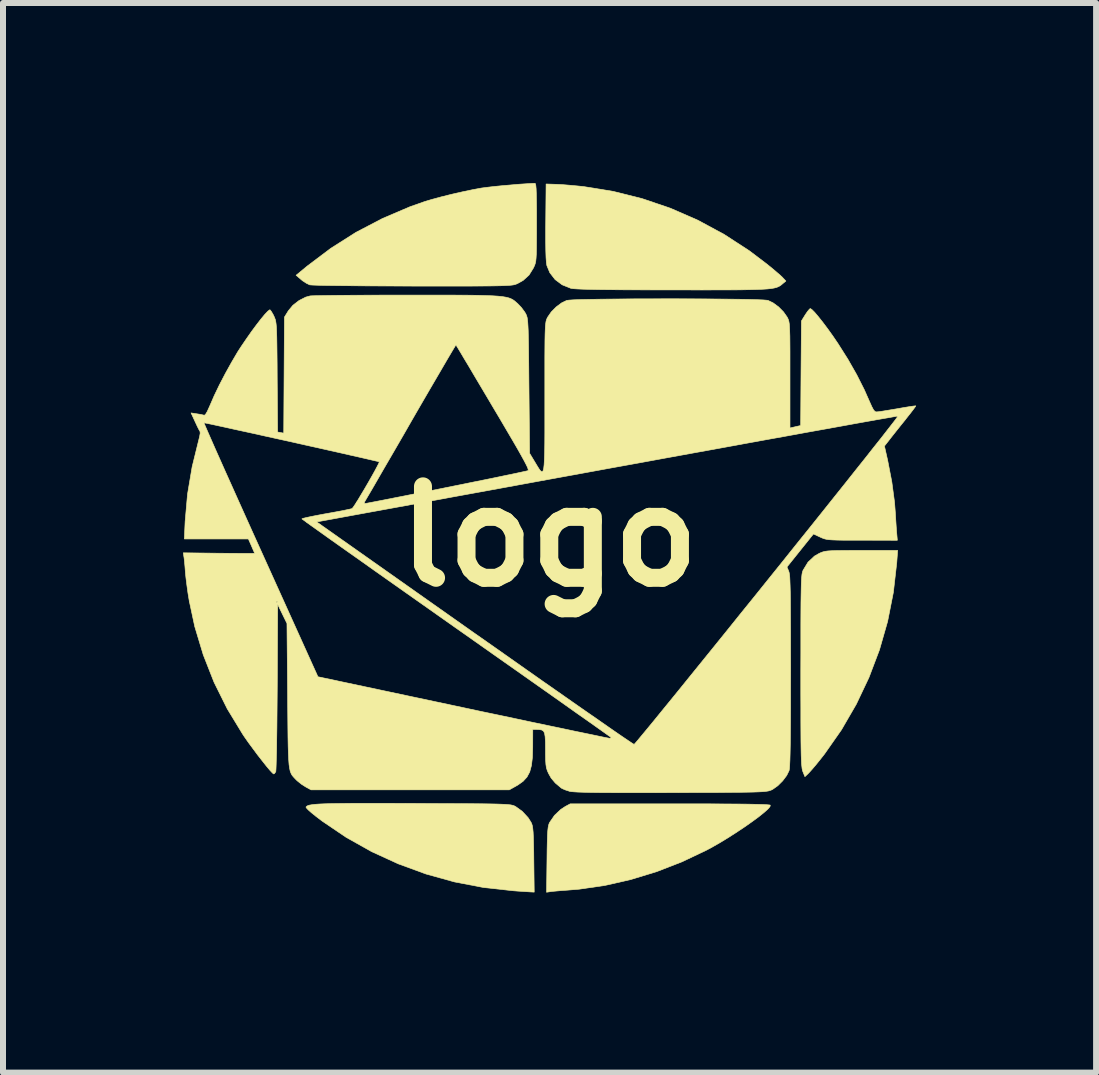
<source format=kicad_pcb>
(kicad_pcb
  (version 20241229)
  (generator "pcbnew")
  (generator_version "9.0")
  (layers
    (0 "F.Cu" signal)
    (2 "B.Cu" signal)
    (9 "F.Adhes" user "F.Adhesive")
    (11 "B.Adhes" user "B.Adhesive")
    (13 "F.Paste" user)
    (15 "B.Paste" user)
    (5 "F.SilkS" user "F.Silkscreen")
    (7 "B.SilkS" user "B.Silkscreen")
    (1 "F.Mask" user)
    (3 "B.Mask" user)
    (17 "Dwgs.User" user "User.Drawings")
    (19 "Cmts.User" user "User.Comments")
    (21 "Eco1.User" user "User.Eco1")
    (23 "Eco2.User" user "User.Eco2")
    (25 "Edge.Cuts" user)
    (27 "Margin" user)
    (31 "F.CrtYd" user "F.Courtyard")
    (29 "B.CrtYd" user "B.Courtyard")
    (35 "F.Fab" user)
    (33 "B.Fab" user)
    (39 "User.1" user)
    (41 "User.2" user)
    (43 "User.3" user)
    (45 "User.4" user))
  (footprint "logo"
    (layer "F.Cu")
    (at 6.103 5.889)
    (property "Reference" "logo" (at 0 0 0) (layer "F.SilkS") (effects (font (size 1.524 1.524) (thickness 0.3))))
    (attr through_hole)
    (fp_poly (pts (xy 2.344 4.456) (xy 2.643 4.456) (xy 2.901 4.458) (xy 3.12 4.459) (xy 3.302 4.461) (xy 3.447 4.464) (xy 3.556 4.467) (xy 3.631 4.471) (xy 3.673 4.475) (xy 3.683 4.478) (xy 3.678 4.502) (xy 3.642 4.544) (xy 3.578 4.601) (xy 3.491 4.671) (xy 3.385 4.749) (xy 3.265 4.834) (xy 3.134 4.921) (xy 2.998 5.009) (xy 2.861 5.093) (xy 2.727 5.17) (xy 2.624 5.226) (xy 2.216 5.42) (xy 1.792 5.585) (xy 1.36 5.717) (xy 0.926 5.816) (xy 0.499 5.878) (xy 0.305 5.894) (xy 0.206 5.901) (xy 0.116 5.909) (xy 0.048 5.915) (xy 0.025 5.918) (xy -0.045 5.929) (xy -0.038 5.383) (xy -0.036 5.213) (xy -0.033 5.081) (xy -0.03 4.98) (xy -0.025 4.904) (xy -0.019 4.85) (xy -0.011 4.81) (xy -0.001 4.78) (xy 0.008 4.763) (xy 0.087 4.648) (xy 0.191 4.55) (xy 0.265 4.501) (xy 0.349 4.456) (xy 2.004 4.456) (xy 2.344 4.456)) (stroke (width 0.01) (type solid)) (fill yes) (layer "F.SilkS"))
    (fp_poly (pts (xy 0.127 -5.867) (xy 0.223 -5.862) (xy 0.344 -5.852) (xy 0.474 -5.84) (xy 0.572 -5.83) (xy 1.065 -5.75) (xy 1.548 -5.629) (xy 2.019 -5.469) (xy 2.475 -5.27) (xy 2.914 -5.033) (xy 3.334 -4.76) (xy 3.619 -4.544) (xy 3.707 -4.473) (xy 3.786 -4.406) (xy 3.85 -4.351) (xy 3.889 -4.314) (xy 3.892 -4.31) (xy 3.943 -4.256) (xy 3.892 -4.214) (xy 3.869 -4.194) (xy 3.846 -4.177) (xy 3.82 -4.163) (xy 3.789 -4.15) (xy 3.75 -4.14) (xy 3.699 -4.131) (xy 3.635 -4.124) (xy 3.554 -4.119) (xy 3.452 -4.115) (xy 3.328 -4.112) (xy 3.178 -4.109) (xy 2.999 -4.108) (xy 2.788 -4.108) (xy 2.543 -4.107) (xy 2.261 -4.108) (xy 2.055 -4.108) (xy 1.731 -4.108) (xy 1.448 -4.109) (xy 1.202 -4.11) (xy 0.993 -4.112) (xy 0.817 -4.114) (xy 0.673 -4.117) (xy 0.558 -4.12) (xy 0.471 -4.124) (xy 0.408 -4.128) (xy 0.369 -4.133) (xy 0.359 -4.135) (xy 0.215 -4.193) (xy 0.097 -4.281) (xy 0.009 -4.395) (xy -0.04 -4.513) (xy -0.048 -4.563) (xy -0.054 -4.646) (xy -0.058 -4.764) (xy -0.06 -4.92) (xy -0.06 -5.114) (xy -0.059 -5.238) (xy -0.053 -5.873) (xy 0.127 -5.867)) (stroke (width 0.01) (type solid)) (fill yes) (layer "F.SilkS"))
    (fp_poly (pts (xy 5.79 0.439) (xy 5.734 0.931) (xy 5.638 1.416) (xy 5.502 1.89) (xy 5.327 2.351) (xy 5.116 2.796) (xy 4.869 3.222) (xy 4.587 3.625) (xy 4.512 3.72) (xy 4.447 3.801) (xy 4.385 3.874) (xy 4.336 3.929) (xy 4.312 3.954) (xy 4.26 4.003) (xy 4.225 3.917) (xy 4.219 3.897) (xy 4.213 3.871) (xy 4.209 3.836) (xy 4.204 3.788) (xy 4.201 3.725) (xy 4.198 3.645) (xy 4.196 3.543) (xy 4.194 3.417) (xy 4.193 3.264) (xy 4.192 3.082) (xy 4.192 2.867) (xy 4.191 2.616) (xy 4.191 2.327) (xy 4.191 2.238) (xy 4.192 1.939) (xy 4.192 1.68) (xy 4.192 1.457) (xy 4.193 1.268) (xy 4.194 1.109) (xy 4.196 0.978) (xy 4.198 0.871) (xy 4.2 0.786) (xy 4.203 0.719) (xy 4.207 0.668) (xy 4.211 0.63) (xy 4.217 0.601) (xy 4.223 0.58) (xy 4.23 0.562) (xy 4.231 0.561) (xy 4.312 0.428) (xy 4.42 0.327) (xy 4.497 0.283) (xy 4.53 0.268) (xy 4.561 0.257) (xy 4.597 0.248) (xy 4.643 0.242) (xy 4.704 0.238) (xy 4.786 0.235) (xy 4.894 0.234) (xy 5.033 0.233) (xy 5.204 0.233) (xy 5.805 0.233) (xy 5.79 0.439)) (stroke (width 0.01) (type solid)) (fill yes) (layer "F.SilkS"))
    (fp_poly (pts (xy -2.866 4.448) (xy -2.593 4.448) (xy -2.28 4.449) (xy -2.254 4.449) (xy -1.955 4.451) (xy -1.696 4.452) (xy -1.473 4.453) (xy -1.283 4.454) (xy -1.124 4.455) (xy -0.992 4.457) (xy -0.885 4.459) (xy -0.8 4.462) (xy -0.733 4.465) (xy -0.683 4.469) (xy -0.645 4.473) (xy -0.616 4.479) (xy -0.595 4.485) (xy -0.578 4.492) (xy -0.562 4.501) (xy -0.561 4.501) (xy -0.45 4.581) (xy -0.353 4.686) (xy -0.304 4.763) (xy -0.292 4.789) (xy -0.282 4.822) (xy -0.275 4.867) (xy -0.269 4.928) (xy -0.265 5.011) (xy -0.262 5.123) (xy -0.259 5.268) (xy -0.258 5.382) (xy -0.251 5.927) (xy -0.311 5.924) (xy -0.356 5.921) (xy -0.432 5.916) (xy -0.527 5.91) (xy -0.603 5.904) (xy -1.095 5.85) (xy -1.58 5.757) (xy -2.055 5.625) (xy -2.516 5.456) (xy -2.961 5.252) (xy -3.385 5.014) (xy -3.785 4.743) (xy -3.89 4.663) (xy -3.961 4.606) (xy -4.016 4.557) (xy -4.049 4.522) (xy -4.054 4.51) (xy -4.044 4.498) (xy -4.026 4.487) (xy -3.999 4.478) (xy -3.959 4.471) (xy -3.903 4.464) (xy -3.83 4.459) (xy -3.737 4.455) (xy -3.62 4.452) (xy -3.477 4.45) (xy -3.306 4.448) (xy -3.103 4.448) (xy -2.866 4.448)) (stroke (width 0.01) (type solid)) (fill yes) (layer "F.SilkS"))
    (fp_poly (pts (xy -0.23 -5.875) (xy -0.224 -5.846) (xy -0.219 -5.793) (xy -0.216 -5.712) (xy -0.214 -5.6) (xy -0.212 -5.454) (xy -0.212 -5.269) (xy -0.212 -5.233) (xy -0.212 -5.05) (xy -0.213 -4.904) (xy -0.214 -4.79) (xy -0.216 -4.703) (xy -0.22 -4.637) (xy -0.225 -4.589) (xy -0.233 -4.551) (xy -0.243 -4.52) (xy -0.256 -4.491) (xy -0.262 -4.477) (xy -0.337 -4.356) (xy -0.436 -4.266) (xy -0.529 -4.214) (xy -0.548 -4.206) (xy -0.567 -4.199) (xy -0.591 -4.193) (xy -0.623 -4.188) (xy -0.664 -4.184) (xy -0.719 -4.181) (xy -0.79 -4.178) (xy -0.879 -4.176) (xy -0.991 -4.174) (xy -1.127 -4.173) (xy -1.292 -4.172) (xy -1.486 -4.172) (xy -1.715 -4.172) (xy -1.98 -4.172) (xy -2.275 -4.172) (xy -2.538 -4.173) (xy -2.789 -4.174) (xy -3.025 -4.175) (xy -3.243 -4.177) (xy -3.441 -4.179) (xy -3.613 -4.181) (xy -3.757 -4.183) (xy -3.87 -4.186) (xy -3.948 -4.189) (xy -3.988 -4.192) (xy -3.991 -4.192) (xy -4.046 -4.218) (xy -4.111 -4.26) (xy -4.137 -4.282) (xy -4.219 -4.352) (xy -4.035 -4.504) (xy -3.641 -4.801) (xy -3.222 -5.067) (xy -2.78 -5.298) (xy -2.321 -5.494) (xy -2.077 -5.58) (xy -1.95 -5.618) (xy -1.794 -5.66) (xy -1.621 -5.703) (xy -1.445 -5.743) (xy -1.278 -5.778) (xy -1.133 -5.805) (xy -1.111 -5.808) (xy -1.027 -5.819) (xy -0.914 -5.832) (xy -0.781 -5.845) (xy -0.641 -5.857) (xy -0.504 -5.869) (xy -0.38 -5.877) (xy -0.281 -5.883) (xy -0.238 -5.884) (xy -0.23 -5.875)) (stroke (width 0.01) (type solid)) (fill yes) (layer "F.SilkS"))
    (fp_poly (pts (xy -1.796 -4.021) (xy -1.566 -4.021) (xy -1.368 -4.02) (xy -1.202 -4.018) (xy -1.062 -4.014) (xy -0.947 -4.01) (xy -0.854 -4.004) (xy -0.779 -3.996) (xy -0.719 -3.986) (xy -0.672 -3.974) (xy -0.634 -3.959) (xy -0.603 -3.942) (xy -0.575 -3.922) (xy -0.548 -3.898) (xy -0.526 -3.879) (xy -0.466 -3.816) (xy -0.413 -3.745) (xy -0.395 -3.716) (xy -0.385 -3.696) (xy -0.377 -3.675) (xy -0.369 -3.649) (xy -0.364 -3.615) (xy -0.359 -3.569) (xy -0.355 -3.507) (xy -0.351 -3.426) (xy -0.349 -3.322) (xy -0.346 -3.192) (xy -0.344 -3.031) (xy -0.342 -2.837) (xy -0.34 -2.605) (xy -0.339 -2.508) (xy -0.328 -1.386) (xy -0.236 -1.233) (xy -0.203 -1.178) (xy -0.175 -1.133) (xy -0.152 -1.1) (xy -0.132 -1.081) (xy -0.116 -1.078) (xy -0.103 -1.095) (xy -0.093 -1.133) (xy -0.086 -1.195) (xy -0.081 -1.284) (xy -0.077 -1.403) (xy -0.075 -1.552) (xy -0.074 -1.736) (xy -0.074 -1.956) (xy -0.074 -2.215) (xy -0.074 -2.323) (xy -0.074 -2.583) (xy -0.074 -2.805) (xy -0.074 -2.991) (xy -0.073 -3.145) (xy -0.072 -3.27) (xy -0.07 -3.37) (xy -0.067 -3.448) (xy -0.064 -3.508) (xy -0.059 -3.552) (xy -0.054 -3.585) (xy -0.047 -3.61) (xy -0.039 -3.63) (xy -0.03 -3.649) (xy -0.027 -3.654) (xy 0.033 -3.741) (xy 0.115 -3.824) (xy 0.206 -3.892) (xy 0.291 -3.933) (xy 0.292 -3.933) (xy 0.33 -3.938) (xy 0.406 -3.943) (xy 0.516 -3.947) (xy 0.656 -3.95) (xy 0.822 -3.953) (xy 1.01 -3.955) (xy 1.215 -3.957) (xy 1.434 -3.959) (xy 1.663 -3.959) (xy 1.896 -3.96) (xy 2.132 -3.96) (xy 2.364 -3.959) (xy 2.589 -3.958) (xy 2.803 -3.956) (xy 3.002 -3.954) (xy 3.182 -3.952) (xy 3.339 -3.949) (xy 3.468 -3.945) (xy 3.565 -3.941) (xy 3.626 -3.936) (xy 3.645 -3.933) (xy 3.73 -3.892) (xy 3.821 -3.825) (xy 3.903 -3.742) (xy 3.964 -3.655) (xy 3.964 -3.654) (xy 3.976 -3.632) (xy 3.985 -3.609) (xy 3.993 -3.581) (xy 3.999 -3.544) (xy 4.003 -3.494) (xy 4.006 -3.427) (xy 4.009 -3.338) (xy 4.01 -3.224) (xy 4.011 -3.08) (xy 4.011 -2.902) (xy 4.011 -2.687) (xy 4.011 -1.807) (xy 4.1 -1.828) (xy 4.189 -1.848) (xy 4.195 -2.72) (xy 4.202 -3.591) (xy 4.265 -3.693) (xy 4.303 -3.749) (xy 4.335 -3.787) (xy 4.349 -3.798) (xy 4.375 -3.782) (xy 4.421 -3.736) (xy 4.482 -3.664) (xy 4.556 -3.571) (xy 4.638 -3.462) (xy 4.724 -3.342) (xy 4.811 -3.214) (xy 4.816 -3.206) (xy 4.976 -2.953) (xy 5.123 -2.695) (xy 5.25 -2.443) (xy 5.336 -2.249) (xy 5.375 -2.162) (xy 5.404 -2.108) (xy 5.429 -2.081) (xy 5.451 -2.075) (xy 5.487 -2.078) (xy 5.556 -2.088) (xy 5.648 -2.103) (xy 5.756 -2.121) (xy 5.798 -2.128) (xy 5.905 -2.147) (xy 5.997 -2.162) (xy 6.065 -2.172) (xy 6.102 -2.176) (xy 6.107 -2.176) (xy 6.097 -2.158) (xy 6.065 -2.114) (xy 6.015 -2.049) (xy 5.952 -1.97) (xy 5.935 -1.947) (xy 5.859 -1.853) (xy 5.784 -1.759) (xy 5.719 -1.677) (xy 5.672 -1.617) (xy 5.671 -1.615) (xy 5.585 -1.506) (xy 5.639 -1.266) (xy 5.708 -0.909) (xy 5.753 -0.572) (xy 5.768 -0.377) (xy 5.774 -0.271) (xy 5.781 -0.166) (xy 5.787 -0.08) (xy 5.79 -0.048) (xy 5.8 0.064) (xy 5.212 0.063) (xy 5.039 0.063) (xy 4.903 0.063) (xy 4.798 0.061) (xy 4.718 0.058) (xy 4.659 0.054) (xy 4.614 0.047) (xy 4.579 0.038) (xy 4.547 0.026) (xy 4.514 0.011) (xy 4.402 -0.041) (xy 3.961 0.509) (xy 3.991 0.582) (xy 3.997 0.602) (xy 4.002 0.632) (xy 4.007 0.676) (xy 4.01 0.737) (xy 4.013 0.817) (xy 4.016 0.919) (xy 4.018 1.047) (xy 4.019 1.201) (xy 4.02 1.387) (xy 4.021 1.605) (xy 4.021 1.86) (xy 4.022 2.154) (xy 4.022 2.235) (xy 4.021 2.56) (xy 4.021 2.844) (xy 4.02 3.089) (xy 4.018 3.298) (xy 4.016 3.473) (xy 4.013 3.615) (xy 4.01 3.727) (xy 4.006 3.81) (xy 4.002 3.866) (xy 3.997 3.898) (xy 3.997 3.9) (xy 3.956 3.984) (xy 3.889 4.073) (xy 3.808 4.154) (xy 3.723 4.214) (xy 3.699 4.226) (xy 3.68 4.233) (xy 3.658 4.24) (xy 3.63 4.245) (xy 3.592 4.25) (xy 3.542 4.254) (xy 3.477 4.257) (xy 3.394 4.26) (xy 3.289 4.262) (xy 3.16 4.264) (xy 3.004 4.265) (xy 2.818 4.267) (xy 2.599 4.267) (xy 2.344 4.268) (xy 2.049 4.269) (xy 2.021 4.269) (xy 1.707 4.27) (xy 1.432 4.27) (xy 1.194 4.27) (xy 0.991 4.269) (xy 0.82 4.268) (xy 0.68 4.266) (xy 0.566 4.263) (xy 0.477 4.26) (xy 0.411 4.256) (xy 0.365 4.252) (xy 0.335 4.247) (xy 0.335 4.246) (xy 0.267 4.224) (xy 0.212 4.2) (xy 0.197 4.19) (xy 0.1 4.108) (xy 0.031 4.026) (xy -0.013 3.948) (xy -0.034 3.9) (xy -0.048 3.854) (xy -0.056 3.8) (xy -0.061 3.727) (xy -0.063 3.628) (xy -0.063 3.551) (xy -0.064 3.426) (xy -0.069 3.336) (xy -0.079 3.277) (xy -0.098 3.242) (xy -0.129 3.224) (xy -0.174 3.218) (xy -0.21 3.217) (xy -0.275 3.217) (xy -0.276 3.508) (xy -0.281 3.68) (xy -0.297 3.816) (xy -0.326 3.924) (xy -0.372 4.01) (xy -0.436 4.08) (xy -0.523 4.142) (xy -0.556 4.161) (xy -0.667 4.223) (xy -3.969 4.223) (xy -4.059 4.174) (xy -4.131 4.128) (xy -4.199 4.073) (xy -4.215 4.058) (xy -4.243 4.029) (xy -4.266 4.004) (xy -4.287 3.978) (xy -4.303 3.948) (xy -4.317 3.912) (xy -4.327 3.864) (xy -4.336 3.803) (xy -4.342 3.723) (xy -4.347 3.623) (xy -4.351 3.498) (xy -4.354 3.345) (xy -4.356 3.16) (xy -4.358 2.94) (xy -4.36 2.682) (xy -4.36 2.656) (xy -4.371 1.45) (xy -4.526 1.132) (xy -4.533 2.508) (xy -4.535 2.747) (xy -4.537 2.973) (xy -4.539 3.184) (xy -4.542 3.375) (xy -4.544 3.544) (xy -4.548 3.686) (xy -4.551 3.798) (xy -4.554 3.876) (xy -4.557 3.916) (xy -4.558 3.921) (xy -4.58 3.952) (xy -4.592 3.958) (xy -4.613 3.942) (xy -4.655 3.897) (xy -4.713 3.828) (xy -4.781 3.742) (xy -4.857 3.645) (xy -4.935 3.54) (xy -5.012 3.436) (xy -5.082 3.336) (xy -5.111 3.292) (xy -5.367 2.871) (xy -5.586 2.43) (xy -5.766 1.972) (xy -5.908 1.501) (xy -5.996 1.09) (xy -4.551 1.09) (xy -4.54 1.101) (xy -4.53 1.09) (xy -4.54 1.079) (xy -4.551 1.09) (xy -5.996 1.09) (xy -6 1.07) (xy -6.021 0.943) (xy -6.039 0.813) (xy -6.054 0.693) (xy -6.064 0.599) (xy -6.064 0.593) (xy -6.071 0.5) (xy -6.079 0.415) (xy -6.086 0.353) (xy -6.088 0.343) (xy -6.098 0.273) (xy -5.504 0.28) (xy -5.351 0.281) (xy -5.212 0.282) (xy -5.093 0.283) (xy -5 0.283) (xy -4.937 0.282) (xy -4.911 0.281) (xy -4.911 0.281) (xy -4.918 0.261) (xy -4.939 0.213) (xy -4.962 0.159) (xy -5.014 0.042) (xy -6.081 0.042) (xy -6.068 -0.249) (xy -6.028 -0.705) (xy -5.951 -1.161) (xy -5.845 -1.591) (xy -5.827 -1.663) (xy -5.817 -1.72) (xy -5.82 -1.749) (xy -5.82 -1.749) (xy -5.836 -1.776) (xy -5.864 -1.831) (xy -5.893 -1.894) (xy -5.754 -1.894) (xy -5.747 -1.874) (xy -5.723 -1.818) (xy -5.684 -1.728) (xy -5.631 -1.607) (xy -5.565 -1.457) (xy -5.487 -1.282) (xy -5.398 -1.082) (xy -5.299 -0.862) (xy -5.192 -0.623) (xy -5.077 -0.367) (xy -4.956 -0.098) (xy -4.829 0.183) (xy -4.809 0.227) (xy -3.855 2.338) (xy -1.446 2.85) (xy -1.133 2.917) (xy -0.831 2.98) (xy -0.543 3.041) (xy -0.271 3.099) (xy -0.018 3.152) (xy 0.213 3.2) (xy 0.419 3.244) (xy 0.599 3.281) (xy 0.749 3.312) (xy 0.867 3.337) (xy 0.95 3.354) (xy 0.996 3.362) (xy 1.004 3.364) (xy 1.03 3.358) (xy 1.026 3.346) (xy 1.006 3.332) (xy 0.954 3.295) (xy 0.871 3.236) (xy 0.76 3.157) (xy 0.621 3.059) (xy 0.457 2.944) (xy 0.271 2.812) (xy 0.063 2.665) (xy -0.164 2.505) (xy -0.408 2.333) (xy -0.668 2.15) (xy -0.941 1.958) (xy -1.226 1.757) (xy -1.52 1.55) (xy -1.556 1.525) (xy -1.851 1.317) (xy -2.136 1.116) (xy -2.41 0.923) (xy -2.671 0.739) (xy -2.916 0.566) (xy -3.144 0.404) (xy -3.354 0.256) (xy -3.542 0.123) (xy -3.707 0.006) (xy -3.847 -0.094) (xy -3.961 -0.175) (xy -4.046 -0.236) (xy -4.053 -0.242) (xy -3.876 -0.242) (xy -1.245 1.614) (xy -0.945 1.824) (xy -0.655 2.028) (xy -0.377 2.224) (xy -0.111 2.411) (xy 0.14 2.586) (xy 0.374 2.75) (xy 0.589 2.9) (xy 0.784 3.035) (xy 0.956 3.155) (xy 1.103 3.257) (xy 1.224 3.34) (xy 1.317 3.403) (xy 1.38 3.445) (xy 1.411 3.464) (xy 1.414 3.465) (xy 1.43 3.448) (xy 1.471 3.4) (xy 1.535 3.323) (xy 1.623 3.217) (xy 1.731 3.086) (xy 1.858 2.93) (xy 2.004 2.751) (xy 2.166 2.552) (xy 2.343 2.333) (xy 2.535 2.096) (xy 2.739 1.844) (xy 2.954 1.578) (xy 3.178 1.299) (xy 3.412 1.01) (xy 3.637 0.73) (xy 3.876 0.433) (xy 4.107 0.144) (xy 4.33 -0.133) (xy 4.542 -0.398) (xy 4.743 -0.65) (xy 4.931 -0.885) (xy 5.104 -1.103) (xy 5.262 -1.301) (xy 5.402 -1.479) (xy 5.525 -1.633) (xy 5.627 -1.764) (xy 5.708 -1.868) (xy 5.767 -1.944) (xy 5.801 -1.991) (xy 5.811 -2.006) (xy 5.788 -2.003) (xy 5.726 -1.992) (xy 5.624 -1.974) (xy 5.486 -1.95) (xy 5.312 -1.919) (xy 5.105 -1.882) (xy 4.864 -1.838) (xy 4.593 -1.789) (xy 4.292 -1.735) (xy 3.964 -1.675) (xy 3.609 -1.611) (xy 3.23 -1.542) (xy 2.827 -1.468) (xy 2.402 -1.391) (xy 1.957 -1.31) (xy 1.494 -1.225) (xy 1.013 -1.138) (xy 0.517 -1.047) (xy 0.007 -0.954) (xy -0.516 -0.858) (xy -1.05 -0.76) (xy -1.594 -0.661) (xy -2.145 -0.559) (xy -2.703 -0.457) (xy -3.266 -0.354) (xy -3.446 -0.321) (xy -3.876 -0.242) (xy -4.053 -0.242) (xy -4.1 -0.276) (xy -4.122 -0.292) (xy -4.122 -0.293) (xy -4.104 -0.301) (xy -4.051 -0.314) (xy -3.968 -0.332) (xy -3.861 -0.353) (xy -3.739 -0.376) (xy -3.72 -0.379) (xy -3.593 -0.402) (xy -3.479 -0.423) (xy -3.385 -0.442) (xy -3.319 -0.456) (xy -3.287 -0.464) (xy -3.286 -0.465) (xy -3.268 -0.486) (xy -3.234 -0.536) (xy -3.217 -0.563) (xy -3.084 -0.563) (xy -3.077 -0.551) (xy -3.062 -0.55) (xy -3.036 -0.554) (xy -2.973 -0.566) (xy -2.874 -0.585) (xy -2.745 -0.61) (xy -2.589 -0.641) (xy -2.41 -0.676) (xy -2.211 -0.716) (xy -1.995 -0.759) (xy -1.767 -0.804) (xy -1.711 -0.816) (xy -1.48 -0.862) (xy -1.26 -0.907) (xy -1.056 -0.948) (xy -0.871 -0.986) (xy -0.709 -1.02) (xy -0.573 -1.048) (xy -0.467 -1.071) (xy -0.394 -1.087) (xy -0.358 -1.095) (xy -0.355 -1.096) (xy -0.35 -1.104) (xy -0.353 -1.122) (xy -0.364 -1.154) (xy -0.387 -1.201) (xy -0.421 -1.266) (xy -0.469 -1.353) (xy -0.531 -1.463) (xy -0.61 -1.599) (xy -0.707 -1.764) (xy -0.822 -1.96) (xy -0.934 -2.148) (xy -1.047 -2.339) (xy -1.154 -2.519) (xy -1.252 -2.684) (xy -1.339 -2.832) (xy -1.415 -2.958) (xy -1.476 -3.061) (xy -1.521 -3.136) (xy -1.548 -3.18) (xy -1.555 -3.191) (xy -1.566 -3.175) (xy -1.597 -3.124) (xy -1.645 -3.043) (xy -1.71 -2.933) (xy -1.788 -2.799) (xy -1.879 -2.643) (xy -1.982 -2.467) (xy -2.093 -2.276) (xy -2.212 -2.071) (xy -2.298 -1.922) (xy -2.421 -1.707) (xy -2.539 -1.503) (xy -2.65 -1.312) (xy -2.752 -1.137) (xy -2.842 -0.981) (xy -2.919 -0.847) (xy -2.982 -0.739) (xy -3.029 -0.659) (xy -3.057 -0.611) (xy -3.065 -0.598) (xy -3.084 -0.563) (xy -3.217 -0.563) (xy -3.188 -0.609) (xy -3.134 -0.699) (xy -3.075 -0.798) (xy -3.015 -0.901) (xy -2.958 -1.001) (xy -2.908 -1.091) (xy -2.868 -1.166) (xy -2.841 -1.219) (xy -2.833 -1.242) (xy -2.834 -1.243) (xy -2.862 -1.251) (xy -2.928 -1.266) (xy -3.026 -1.289) (xy -3.152 -1.318) (xy -3.303 -1.352) (xy -3.473 -1.391) (xy -3.661 -1.433) (xy -3.86 -1.478) (xy -4.068 -1.524) (xy -4.28 -1.572) (xy -4.493 -1.619) (xy -4.702 -1.665) (xy -4.902 -1.71) (xy -5.091 -1.751) (xy -5.265 -1.789) (xy -5.418 -1.823) (xy -5.547 -1.851) (xy -5.649 -1.873) (xy -5.718 -1.887) (xy -5.752 -1.894) (xy -5.754 -1.894) (xy -5.893 -1.894) (xy -5.897 -1.902) (xy -5.902 -1.913) (xy -5.969 -2.058) (xy -5.871 -2.043) (xy -5.807 -2.033) (xy -5.76 -2.022) (xy -5.748 -2.019) (xy -5.729 -2.033) (xy -5.7 -2.081) (xy -5.665 -2.158) (xy -5.653 -2.185) (xy -5.584 -2.344) (xy -5.497 -2.525) (xy -5.398 -2.715) (xy -5.294 -2.902) (xy -5.193 -3.074) (xy -5.136 -3.162) (xy -5.049 -3.29) (xy -4.963 -3.413) (xy -4.88 -3.525) (xy -4.805 -3.622) (xy -4.741 -3.699) (xy -4.691 -3.752) (xy -4.66 -3.776) (xy -4.653 -3.776) (xy -4.632 -3.75) (xy -4.602 -3.699) (xy -4.585 -3.664) (xy -4.575 -3.639) (xy -4.565 -3.613) (xy -4.558 -3.581) (xy -4.552 -3.54) (xy -4.547 -3.486) (xy -4.544 -3.413) (xy -4.541 -3.319) (xy -4.539 -3.198) (xy -4.537 -3.048) (xy -4.535 -2.863) (xy -4.534 -2.653) (xy -4.527 -1.74) (xy -4.425 -1.721) (xy -4.419 -2.688) (xy -4.413 -3.655) (xy -4.349 -3.759) (xy -4.272 -3.852) (xy -4.17 -3.931) (xy -4.058 -3.988) (xy -3.985 -4.008) (xy -3.951 -4.01) (xy -3.878 -4.012) (xy -3.77 -4.014) (xy -3.631 -4.016) (xy -3.463 -4.018) (xy -3.271 -4.019) (xy -3.058 -4.02) (xy -2.827 -4.021) (xy -2.583 -4.021) (xy -2.369 -4.021) (xy -2.063 -4.021) (xy -1.796 -4.021)) (stroke (width 0.01) (type solid)) (fill yes) (layer "F.SilkS")))
  (gr_rect
    (start -3 -3)
    (end 15.215 14.823)
    (stroke (width 0.1) (type default))
    (fill no)
    (layer "Edge.Cuts")))
</source>
